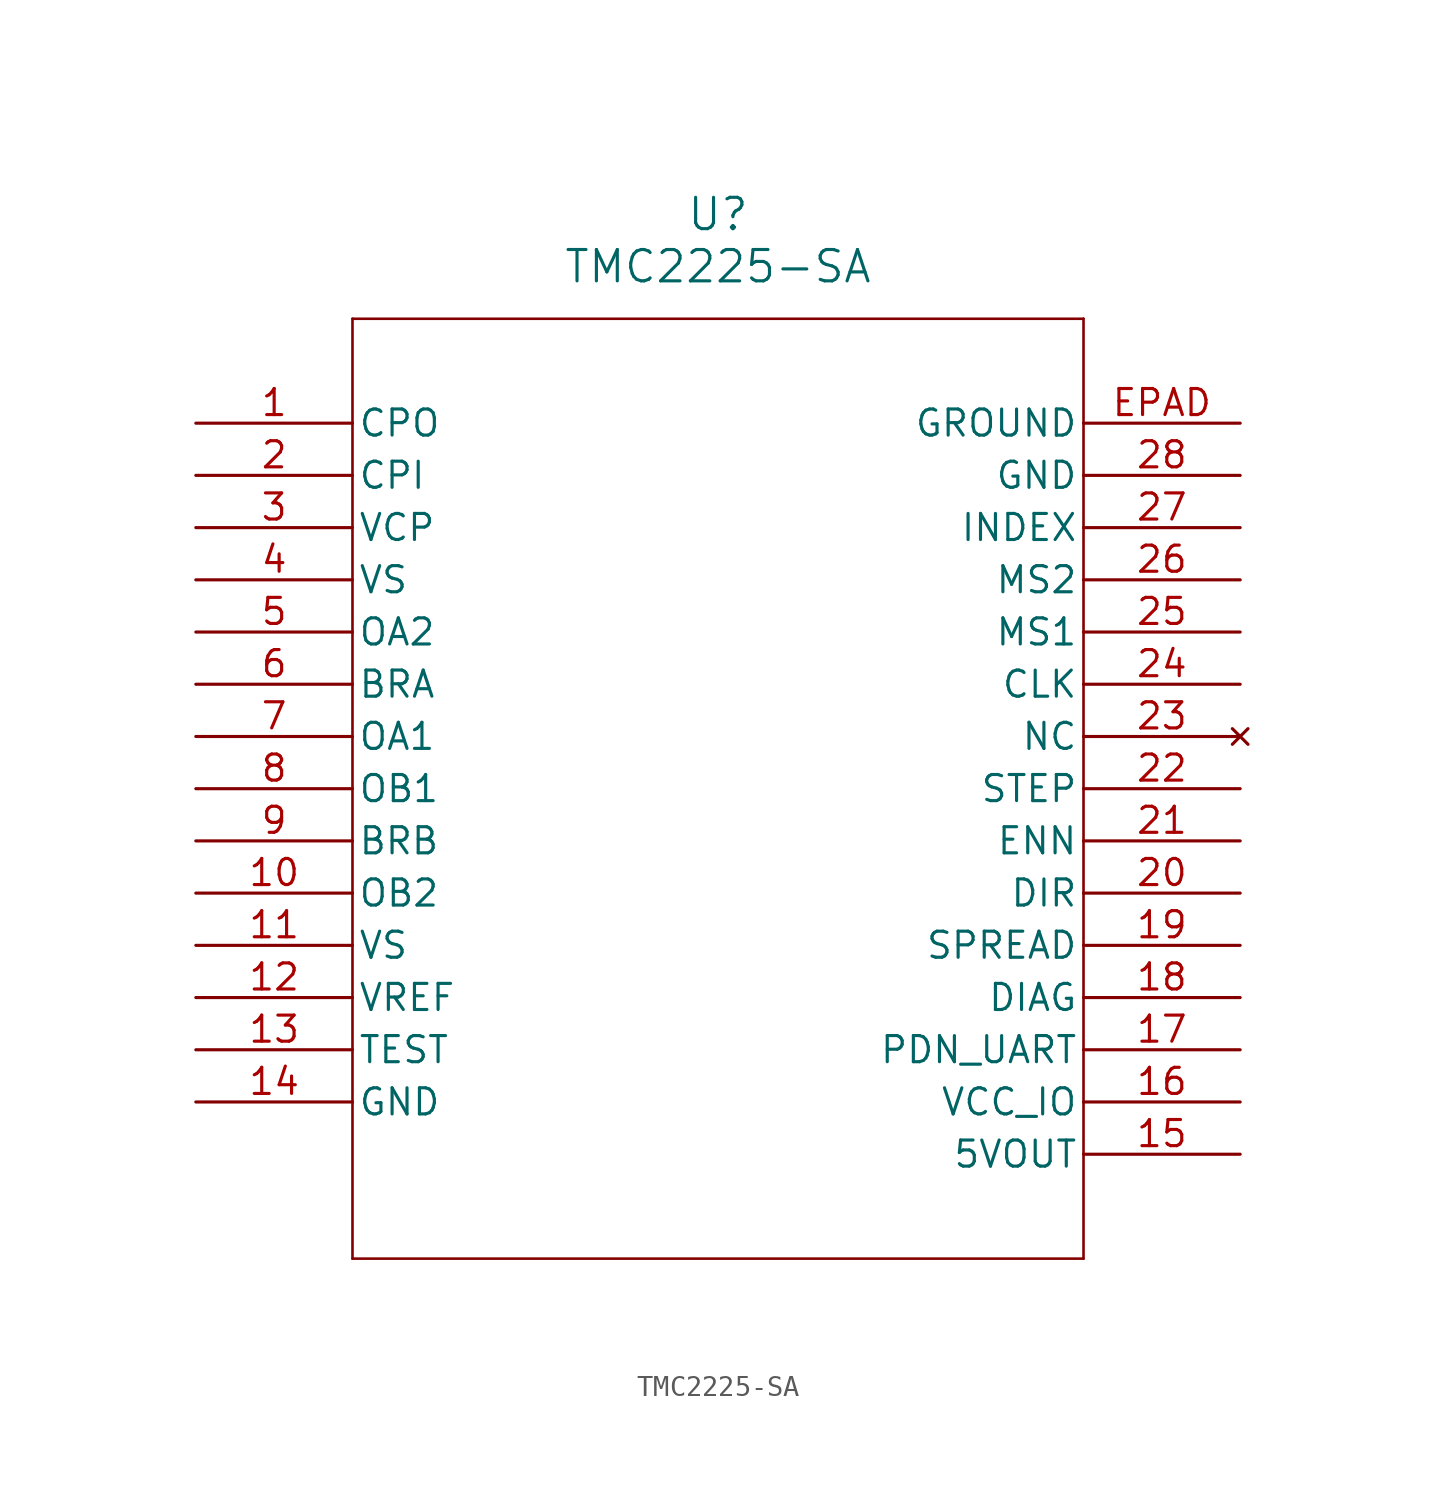
<source format=kicad_sym>
(kicad_symbol_lib
  (version 20211014)
  (generator kicad_symbol_editor)
  (symbol "TMC2225-SA"
    (pin_names
      (offset 0.254))
    (property "Reference" "U"
      (at 25.4 10.16 0)
      (effects (font (size 1.524 1.524))))
    (property "Value" "TMC2225-SA"
      (at 25.4 7.62 0)
      (effects (font (size 1.524 1.524))))
    (symbol "TMC2225-SA_0_1"
      (polyline (pts (xy 7.62 5.08) (xy 7.62 -40.64)) (stroke (width 0.127) (type default) (color 0 0 0 0)) (fill (type none)))
      (polyline (pts (xy 7.62 -40.64) (xy 43.18 -40.64)) (stroke (width 0.127) (type default) (color 0 0 0 0)) (fill (type none)))
      (polyline (pts (xy 43.18 -40.64) (xy 43.18 5.08)) (stroke (width 0.127) (type default) (color 0 0 0 0)) (fill (type none)))
      (polyline (pts (xy 43.18 5.08) (xy 7.62 5.08)) (stroke (width 0.127) (type default) (color 0 0 0 0)) (fill (type none)))
      (pin power_in line (at 0 0 0) (length 7.62) (name "CPO" (effects (font (size 1.27 1.27)))) (number "1" (effects (font (size 1.27 1.27)))))
      (pin power_in line (at 0 -2.54 0) (length 7.62) (name "CPI" (effects (font (size 1.27 1.27)))) (number "2" (effects (font (size 1.27 1.27)))))
      (pin power_in line (at 0 -5.08 0) (length 7.62) (name "VCP" (effects (font (size 1.27 1.27)))) (number "3" (effects (font (size 1.27 1.27)))))
      (pin power_in line (at 0 -7.62 0) (length 7.62) (name "VS" (effects (font (size 1.27 1.27)))) (number "4" (effects (font (size 1.27 1.27)))))
      (pin power_in line (at 0 -10.16 0) (length 7.62) (name "OA2" (effects (font (size 1.27 1.27)))) (number "5" (effects (font (size 1.27 1.27)))))
      (pin power_in line (at 0 -12.7 0) (length 7.62) (name "BRA" (effects (font (size 1.27 1.27)))) (number "6" (effects (font (size 1.27 1.27)))))
      (pin power_in line (at 0 -15.24 0) (length 7.62) (name "OA1" (effects (font (size 1.27 1.27)))) (number "7" (effects (font (size 1.27 1.27)))))
      (pin power_in line (at 0 -17.78 0) (length 7.62) (name "OB1" (effects (font (size 1.27 1.27)))) (number "8" (effects (font (size 1.27 1.27)))))
      (pin power_in line (at 0 -20.32 0) (length 7.62) (name "BRB" (effects (font (size 1.27 1.27)))) (number "9" (effects (font (size 1.27 1.27)))))
      (pin power_in line (at 0 -22.86 0) (length 7.62) (name "OB2" (effects (font (size 1.27 1.27)))) (number "10" (effects (font (size 1.27 1.27)))))
      (pin power_in line (at 0 -25.4 0) (length 7.62) (name "VS" (effects (font (size 1.27 1.27)))) (number "11" (effects (font (size 1.27 1.27)))))
      (pin unspecified line (at 0 -27.94 0) (length 7.62) (name "VREF" (effects (font (size 1.27 1.27)))) (number "12" (effects (font (size 1.27 1.27)))))
      (pin power_out line (at 0 -30.48 0) (length 7.62) (name "TEST" (effects (font (size 1.27 1.27)))) (number "13" (effects (font (size 1.27 1.27)))))
      (pin power_out line (at 0 -33.02 0) (length 7.62) (name "GND" (effects (font (size 1.27 1.27)))) (number "14" (effects (font (size 1.27 1.27)))))
      (pin power_in line (at 50.8 -35.56 180) (length 7.62) (name "5VOUT" (effects (font (size 1.27 1.27)))) (number "15" (effects (font (size 1.27 1.27)))))
      (pin power_in line (at 50.8 -33.02 180) (length 7.62) (name "VCC_IO" (effects (font (size 1.27 1.27)))) (number "16" (effects (font (size 1.27 1.27)))))
      (pin bidirectional line (at 50.8 -30.48 180) (length 7.62) (name "PDN_UART" (effects (font (size 1.27 1.27)))) (number "17" (effects (font (size 1.27 1.27)))))
      (pin output line (at 50.8 -27.94 180) (length 7.62) (name "DIAG" (effects (font (size 1.27 1.27)))) (number "18" (effects (font (size 1.27 1.27)))))
      (pin input line (at 50.8 -25.4 180) (length 7.62) (name "SPREAD" (effects (font (size 1.27 1.27)))) (number "19" (effects (font (size 1.27 1.27)))))
      (pin input line (at 50.8 -22.86 180) (length 7.62) (name "DIR" (effects (font (size 1.27 1.27)))) (number "20" (effects (font (size 1.27 1.27)))))
      (pin input line (at 50.8 -20.32 180) (length 7.62) (name "ENN" (effects (font (size 1.27 1.27)))) (number "21" (effects (font (size 1.27 1.27)))))
      (pin input line (at 50.8 -17.78 180) (length 7.62) (name "STEP" (effects (font (size 1.27 1.27)))) (number "22" (effects (font (size 1.27 1.27)))))
      (pin no_connect line (at 50.8 -15.24 180) (length 7.62) (name "NC" (effects (font (size 1.27 1.27)))) (number "23" (effects (font (size 1.27 1.27)))))
      (pin input line (at 50.8 -12.7 180) (length 7.62) (name "CLK" (effects (font (size 1.27 1.27)))) (number "24" (effects (font (size 1.27 1.27)))))
      (pin input line (at 50.8 -10.16 180) (length 7.62) (name "MS1" (effects (font (size 1.27 1.27)))) (number "25" (effects (font (size 1.27 1.27)))))
      (pin input line (at 50.8 -7.62 180) (length 7.62) (name "MS2" (effects (font (size 1.27 1.27)))) (number "26" (effects (font (size 1.27 1.27)))))
      (pin output line (at 50.8 -5.08 180) (length 7.62) (name "INDEX" (effects (font (size 1.27 1.27)))) (number "27" (effects (font (size 1.27 1.27)))))
      (pin power_out line (at 50.8 -2.54 180) (length 7.62) (name "GND" (effects (font (size 1.27 1.27)))) (number "28" (effects (font (size 1.27 1.27)))))
      (pin power_out line (at 50.8 0 180) (length 7.62) (name "GROUND" (effects (font (size 1.27 1.27)))) (number "EPAD" (effects (font (size 1.27 1.27))))))))
</source>
